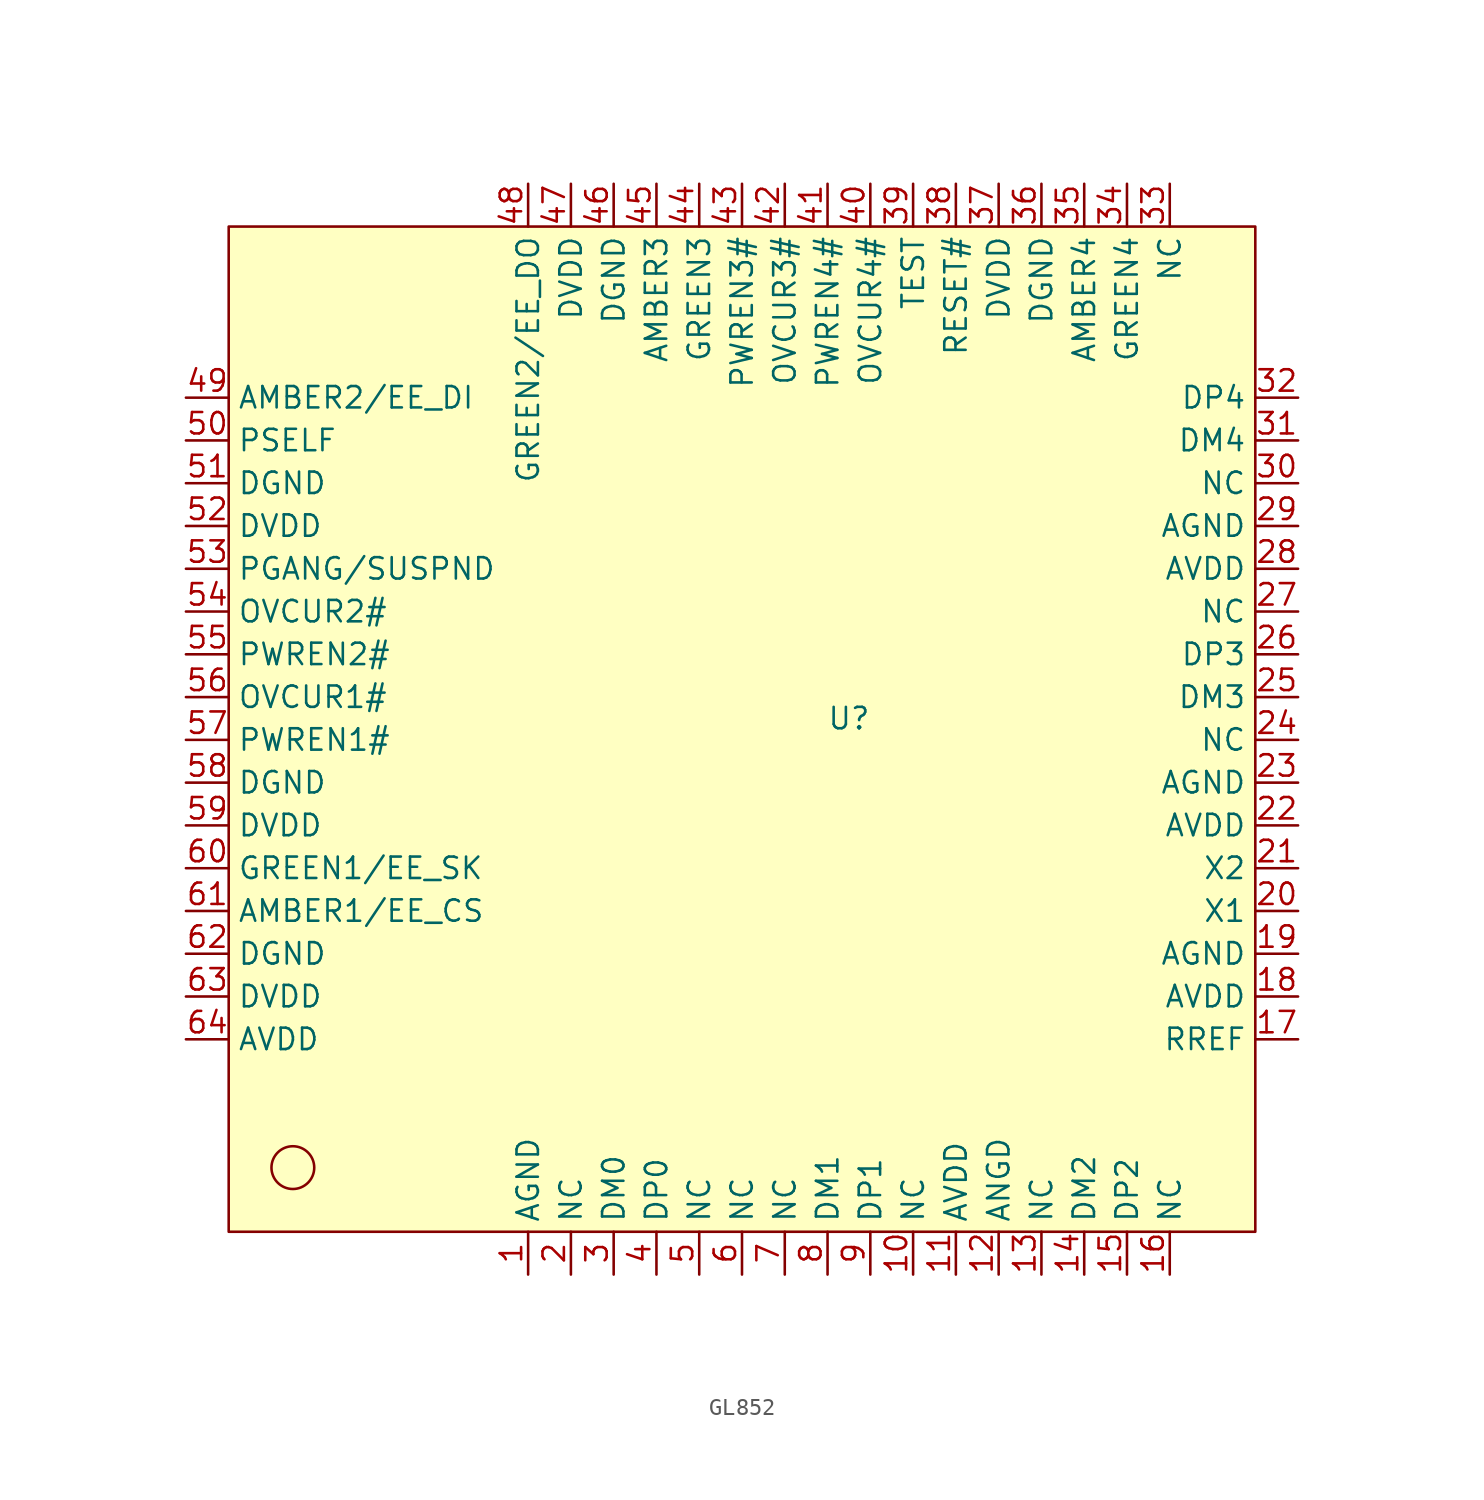
<source format=kicad_sym>
(kicad_symbol_lib
  (version 20231120)
  (generator "kicad_symbol_editor")
  (generator_version "8.0")
  (symbol "GL852"
    (property "Reference" "U"
      (at 0 0 0)
      (effects (font (size 1.27 1.27))))
    (property "Value" ""
      (at -19.05 -33.02 90)
      (effects (font (size 1.27 1.27))))
    (symbol "GL852_0_0"
      (pin unspecified line (at -19.05 -33.02 90) (length 2.54) (name "AGND" (effects (font (size 1.27 1.27)))) (number "1" (effects (font (size 1.27 1.27)))))
      (pin unspecified line (at 3.81 -33.02 90) (length 2.54) (name "NC" (effects (font (size 1.27 1.27)))) (number "10" (effects (font (size 1.27 1.27)))))
      (pin unspecified line (at 6.35 -33.02 90) (length 2.54) (name "AVDD" (effects (font (size 1.27 1.27)))) (number "11" (effects (font (size 1.27 1.27)))))
      (pin unspecified line (at 8.89 -33.02 90) (length 2.54) (name "ANGD" (effects (font (size 1.27 1.27)))) (number "12" (effects (font (size 1.27 1.27)))))
      (pin unspecified line (at 11.43 -33.02 90) (length 2.54) (name "NC" (effects (font (size 1.27 1.27)))) (number "13" (effects (font (size 1.27 1.27)))))
      (pin unspecified line (at 13.97 -33.02 90) (length 2.54) (name "DM2" (effects (font (size 1.27 1.27)))) (number "14" (effects (font (size 1.27 1.27)))))
      (pin unspecified line (at 16.51 -33.02 90) (length 2.54) (name "DP2" (effects (font (size 1.27 1.27)))) (number "15" (effects (font (size 1.27 1.27)))))
      (pin unspecified line (at 19.05 -33.02 90) (length 2.54) (name "NC" (effects (font (size 1.27 1.27)))) (number "16" (effects (font (size 1.27 1.27)))))
      (pin unspecified line (at 26.67 -19.05 180) (length 2.54) (name "RREF" (effects (font (size 1.27 1.27)))) (number "17" (effects (font (size 1.27 1.27)))))
      (pin unspecified line (at 26.67 -16.51 180) (length 2.54) (name "AVDD" (effects (font (size 1.27 1.27)))) (number "18" (effects (font (size 1.27 1.27)))))
      (pin unspecified line (at 26.67 -13.97 180) (length 2.54) (name "AGND" (effects (font (size 1.27 1.27)))) (number "19" (effects (font (size 1.27 1.27)))))
      (pin unspecified line (at -16.51 -33.02 90) (length 2.54) (name "NC" (effects (font (size 1.27 1.27)))) (number "2" (effects (font (size 1.27 1.27)))))
      (pin unspecified line (at 26.67 -11.43 180) (length 2.54) (name "X1" (effects (font (size 1.27 1.27)))) (number "20" (effects (font (size 1.27 1.27)))))
      (pin unspecified line (at 26.67 -8.89 180) (length 2.54) (name "X2" (effects (font (size 1.27 1.27)))) (number "21" (effects (font (size 1.27 1.27)))))
      (pin unspecified line (at 26.67 -6.35 180) (length 2.54) (name "AVDD" (effects (font (size 1.27 1.27)))) (number "22" (effects (font (size 1.27 1.27)))))
      (pin unspecified line (at 26.67 -3.81 180) (length 2.54) (name "AGND" (effects (font (size 1.27 1.27)))) (number "23" (effects (font (size 1.27 1.27)))))
      (pin unspecified line (at 26.67 -1.27 180) (length 2.54) (name "NC" (effects (font (size 1.27 1.27)))) (number "24" (effects (font (size 1.27 1.27)))))
      (pin unspecified line (at 26.67 1.27 180) (length 2.54) (name "DM3" (effects (font (size 1.27 1.27)))) (number "25" (effects (font (size 1.27 1.27)))))
      (pin unspecified line (at 26.67 3.81 180) (length 2.54) (name "DP3" (effects (font (size 1.27 1.27)))) (number "26" (effects (font (size 1.27 1.27)))))
      (pin unspecified line (at 26.67 6.35 180) (length 2.54) (name "NC" (effects (font (size 1.27 1.27)))) (number "27" (effects (font (size 1.27 1.27)))))
      (pin unspecified line (at 26.67 8.89 180) (length 2.54) (name "AVDD" (effects (font (size 1.27 1.27)))) (number "28" (effects (font (size 1.27 1.27)))))
      (pin unspecified line (at 26.67 11.43 180) (length 2.54) (name "AGND" (effects (font (size 1.27 1.27)))) (number "29" (effects (font (size 1.27 1.27)))))
      (pin unspecified line (at -13.97 -33.02 90) (length 2.54) (name "DM0" (effects (font (size 1.27 1.27)))) (number "3" (effects (font (size 1.27 1.27)))))
      (pin unspecified line (at 26.67 13.97 180) (length 2.54) (name "NC" (effects (font (size 1.27 1.27)))) (number "30" (effects (font (size 1.27 1.27)))))
      (pin unspecified line (at 26.67 16.51 180) (length 2.54) (name "DM4" (effects (font (size 1.27 1.27)))) (number "31" (effects (font (size 1.27 1.27)))))
      (pin unspecified line (at 26.67 19.05 180) (length 2.54) (name "DP4" (effects (font (size 1.27 1.27)))) (number "32" (effects (font (size 1.27 1.27)))))
      (pin unspecified line (at 19.05 31.75 270) (length 2.54) (name "NC" (effects (font (size 1.27 1.27)))) (number "33" (effects (font (size 1.27 1.27)))))
      (pin unspecified line (at 16.51 31.75 270) (length 2.54) (name "GREEN4" (effects (font (size 1.27 1.27)))) (number "34" (effects (font (size 1.27 1.27)))))
      (pin unspecified line (at 13.97 31.75 270) (length 2.54) (name "AMBER4" (effects (font (size 1.27 1.27)))) (number "35" (effects (font (size 1.27 1.27)))))
      (pin unspecified line (at 11.43 31.75 270) (length 2.54) (name "DGND" (effects (font (size 1.27 1.27)))) (number "36" (effects (font (size 1.27 1.27)))))
      (pin unspecified line (at 8.89 31.75 270) (length 2.54) (name "DVDD" (effects (font (size 1.27 1.27)))) (number "37" (effects (font (size 1.27 1.27)))))
      (pin unspecified line (at 6.35 31.75 270) (length 2.54) (name "RESET#" (effects (font (size 1.27 1.27)))) (number "38" (effects (font (size 1.27 1.27)))))
      (pin unspecified line (at 3.81 31.75 270) (length 2.54) (name "TEST" (effects (font (size 1.27 1.27)))) (number "39" (effects (font (size 1.27 1.27)))))
      (pin unspecified line (at -11.43 -33.02 90) (length 2.54) (name "DP0" (effects (font (size 1.27 1.27)))) (number "4" (effects (font (size 1.27 1.27)))))
      (pin unspecified line (at 1.27 31.75 270) (length 2.54) (name "OVCUR4#" (effects (font (size 1.27 1.27)))) (number "40" (effects (font (size 1.27 1.27)))))
      (pin unspecified line (at -1.27 31.75 270) (length 2.54) (name "PWREN4#" (effects (font (size 1.27 1.27)))) (number "41" (effects (font (size 1.27 1.27)))))
      (pin unspecified line (at -3.81 31.75 270) (length 2.54) (name "OVCUR3#" (effects (font (size 1.27 1.27)))) (number "42" (effects (font (size 1.27 1.27)))))
      (pin unspecified line (at -6.35 31.75 270) (length 2.54) (name "PWREN3#" (effects (font (size 1.27 1.27)))) (number "43" (effects (font (size 1.27 1.27)))))
      (pin unspecified line (at -8.89 31.75 270) (length 2.54) (name "GREEN3" (effects (font (size 1.27 1.27)))) (number "44" (effects (font (size 1.27 1.27)))))
      (pin unspecified line (at -11.43 31.75 270) (length 2.54) (name "AMBER3" (effects (font (size 1.27 1.27)))) (number "45" (effects (font (size 1.27 1.27)))))
      (pin unspecified line (at -13.97 31.75 270) (length 2.54) (name "DGND" (effects (font (size 1.27 1.27)))) (number "46" (effects (font (size 1.27 1.27)))))
      (pin unspecified line (at -16.51 31.75 270) (length 2.54) (name "DVDD" (effects (font (size 1.27 1.27)))) (number "47" (effects (font (size 1.27 1.27)))))
      (pin unspecified line (at -19.05 31.75 270) (length 2.54) (name "GREEN2/EE_DO" (effects (font (size 1.27 1.27)))) (number "48" (effects (font (size 1.27 1.27)))))
      (pin unspecified line (at -39.37 19.05 0) (length 2.54) (name "AMBER2/EE_DI" (effects (font (size 1.27 1.27)))) (number "49" (effects (font (size 1.27 1.27)))))
      (pin unspecified line (at -8.89 -33.02 90) (length 2.54) (name "NC" (effects (font (size 1.27 1.27)))) (number "5" (effects (font (size 1.27 1.27)))))
      (pin unspecified line (at -39.37 16.51 0) (length 2.54) (name "PSELF" (effects (font (size 1.27 1.27)))) (number "50" (effects (font (size 1.27 1.27)))))
      (pin unspecified line (at -39.37 13.97 0) (length 2.54) (name "DGND" (effects (font (size 1.27 1.27)))) (number "51" (effects (font (size 1.27 1.27)))))
      (pin unspecified line (at -39.37 11.43 0) (length 2.54) (name "DVDD" (effects (font (size 1.27 1.27)))) (number "52" (effects (font (size 1.27 1.27)))))
      (pin unspecified line (at -39.37 8.89 0) (length 2.54) (name "PGANG/SUSPND" (effects (font (size 1.27 1.27)))) (number "53" (effects (font (size 1.27 1.27)))))
      (pin unspecified line (at -39.37 6.35 0) (length 2.54) (name "OVCUR2#" (effects (font (size 1.27 1.27)))) (number "54" (effects (font (size 1.27 1.27)))))
      (pin unspecified line (at -39.37 3.81 0) (length 2.54) (name "PWREN2#" (effects (font (size 1.27 1.27)))) (number "55" (effects (font (size 1.27 1.27)))))
      (pin unspecified line (at -39.37 1.27 0) (length 2.54) (name "OVCUR1#" (effects (font (size 1.27 1.27)))) (number "56" (effects (font (size 1.27 1.27)))))
      (pin unspecified line (at -39.37 -1.27 0) (length 2.54) (name "PWREN1#" (effects (font (size 1.27 1.27)))) (number "57" (effects (font (size 1.27 1.27)))))
      (pin unspecified line (at -39.37 -3.81 0) (length 2.54) (name "DGND" (effects (font (size 1.27 1.27)))) (number "58" (effects (font (size 1.27 1.27)))))
      (pin unspecified line (at -39.37 -6.35 0) (length 2.54) (name "DVDD" (effects (font (size 1.27 1.27)))) (number "59" (effects (font (size 1.27 1.27)))))
      (pin unspecified line (at -6.35 -33.02 90) (length 2.54) (name "NC" (effects (font (size 1.27 1.27)))) (number "6" (effects (font (size 1.27 1.27)))))
      (pin unspecified line (at -39.37 -8.89 0) (length 2.54) (name "GREEN1/EE_SK" (effects (font (size 1.27 1.27)))) (number "60" (effects (font (size 1.27 1.27)))))
      (pin unspecified line (at -39.37 -11.43 0) (length 2.54) (name "AMBER1/EE_CS" (effects (font (size 1.27 1.27)))) (number "61" (effects (font (size 1.27 1.27)))))
      (pin unspecified line (at -39.37 -13.97 0) (length 2.54) (name "DGND" (effects (font (size 1.27 1.27)))) (number "62" (effects (font (size 1.27 1.27)))))
      (pin unspecified line (at -39.37 -16.51 0) (length 2.54) (name "DVDD" (effects (font (size 1.27 1.27)))) (number "63" (effects (font (size 1.27 1.27)))))
      (pin unspecified line (at -39.37 -19.05 0) (length 2.54) (name "AVDD" (effects (font (size 1.27 1.27)))) (number "64" (effects (font (size 1.27 1.27)))))
      (pin unspecified line (at -3.81 -33.02 90) (length 2.54) (name "NC" (effects (font (size 1.27 1.27)))) (number "7" (effects (font (size 1.27 1.27)))))
      (pin unspecified line (at -1.27 -33.02 90) (length 2.54) (name "DM1" (effects (font (size 1.27 1.27)))) (number "8" (effects (font (size 1.27 1.27)))))
      (pin unspecified line (at 1.27 -33.02 90) (length 2.54) (name "DP1" (effects (font (size 1.27 1.27)))) (number "9" (effects (font (size 1.27 1.27))))))
    (symbol "GL852_1_1"
      (rectangle (start -36.83 29.21) (end 24.13 -30.48) (stroke (width 0) (type default)) (fill (type background)))
      (circle (center -33.02 -26.67) (radius 1.27) (stroke (width 0) (type default)) (fill (type none))))))
</source>
